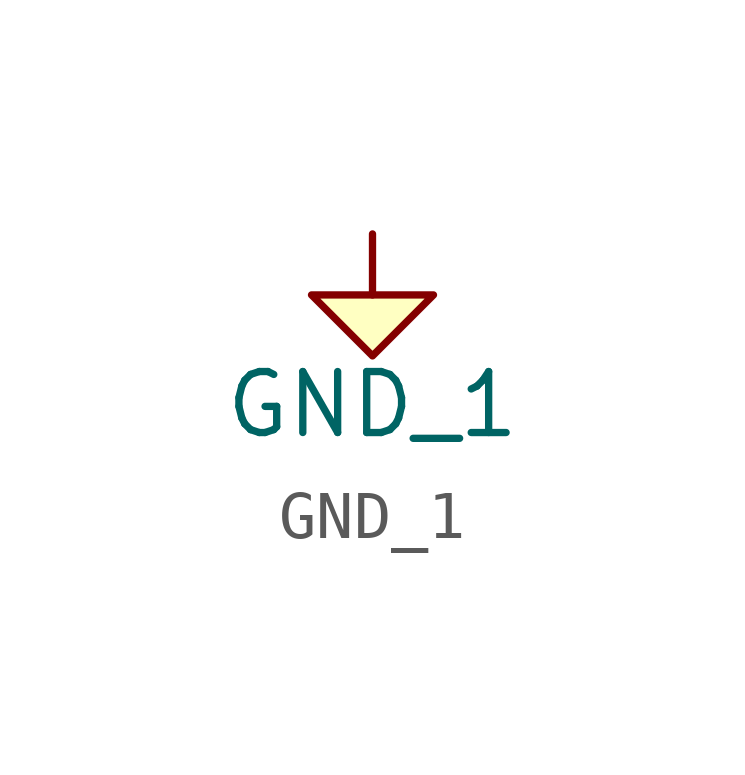
<source format=kicad_sym>
(kicad_symbol_lib
  (version 20211014)
  (generator kicad_symbol_editor)
  (symbol "GND_1"
    (power)
    (pin_numbers hide)
    (pin_names
      (offset 0) hide)
    (property "Reference" "#GND_1"
      (at 0 -5.334 0)
      (effects (font (size 1.27 1.27)) hide))
    (property "Value" "GND_1"
      (at 0 -3.556 0)
      (effects (font (size 1.27 1.27))))
    (symbol "GND_1_0_1"
      (polyline (pts (xy 0 -1.27) (xy 0 0)) (stroke (width 0) (type default) (color 0 0 0 0)) (fill (type none)))
      (polyline (pts (xy -1.27 -1.27) (xy 1.27 -1.27) (xy 0 -2.54) (xy -1.27 -1.27)) (stroke (width 0) (type default) (color 0 0 0 0)) (fill (type background))))
    (symbol "GND_1_1_1"
      (pin power_in line (at 0 0 0) (length 0) hide (name "GND_1" (effects (font (size 1.27 1.27)))) (number "1" (effects (font (size 0 0))))))))
</source>
